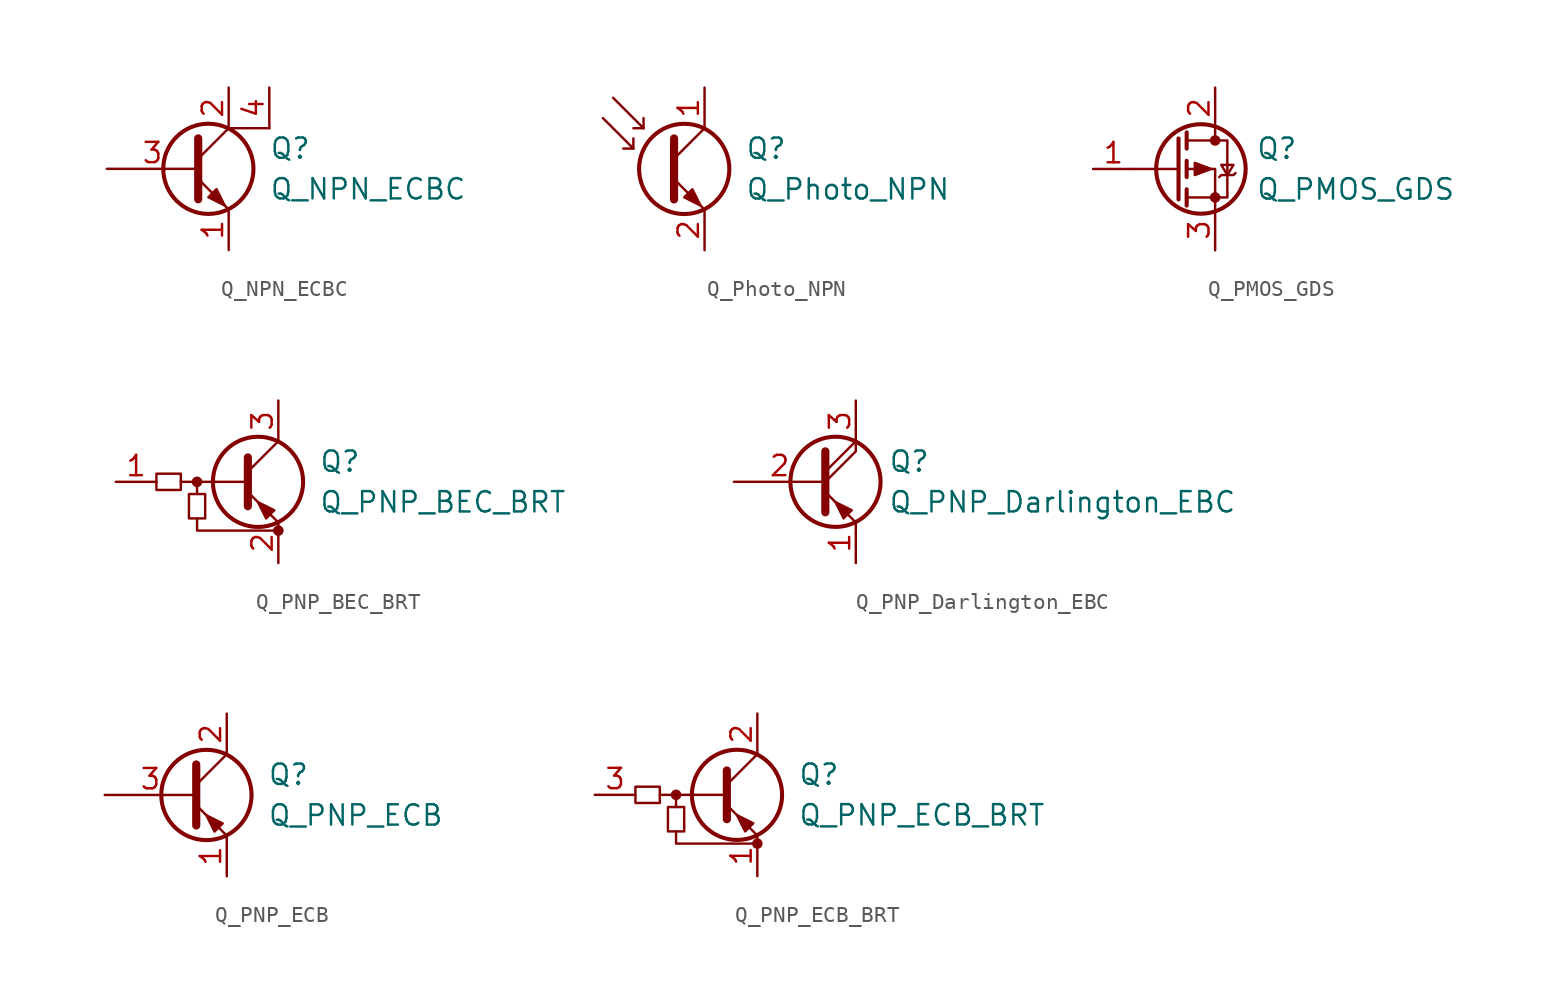
<source format=kicad_sym>
(kicad_symbol_lib
  (version 20211014)
  (generator kicad_symbol_editor)
  (symbol "Q_NPN_ECBC"
    (pin_names
      (offset 0) hide)
    (property "Reference" "Q"
      (at 5.08 1.27 0)
      (effects (font (size 1.27 1.27)) (justify left)))
    (property "Value" "Q_NPN_ECBC"
      (at 5.08 -1.27 0)
      (effects (font (size 1.27 1.27)) (justify left)))
    (symbol "Q_NPN_ECBC_0_1"
      (polyline (pts (xy 0.635 0.635) (xy 2.54 2.54)) (stroke (width 0) (type default) (color 0 0 0 0)) (fill (type none)))
      (polyline (pts (xy 2.54 2.54) (xy 5.08 2.54)) (stroke (width 0) (type default) (color 0 0 0 0)) (fill (type none)))
      (polyline (pts (xy 0.635 -0.635) (xy 2.54 -2.54) (xy 2.54 -2.54)) (stroke (width 0) (type default) (color 0 0 0 0)) (fill (type none)))
      (polyline (pts (xy 0.635 1.905) (xy 0.635 -1.905) (xy 0.635 -1.905)) (stroke (width 0.508) (type default) (color 0 0 0 0)) (fill (type none)))
      (polyline (pts (xy 1.27 -1.778) (xy 1.778 -1.27) (xy 2.286 -2.286) (xy 1.27 -1.778) (xy 1.27 -1.778)) (stroke (width 0) (type default) (color 0 0 0 0)) (fill (type outline)))
      (circle (center 1.27 0) (radius 2.819) (stroke (width 0.254) (type default) (color 0 0 0 0)) (fill (type none))))
    (symbol "Q_NPN_ECBC_1_1"
      (pin passive line (at 2.54 -5.08 90) (length 2.54) (name "E" (effects (font (size 1.27 1.27)))) (number "1" (effects (font (size 1.27 1.27)))))
      (pin passive line (at 2.54 5.08 270) (length 2.54) (name "C" (effects (font (size 1.27 1.27)))) (number "2" (effects (font (size 1.27 1.27)))))
      (pin passive line (at -5.08 0 0) (length 5.715) (name "B" (effects (font (size 1.27 1.27)))) (number "3" (effects (font (size 1.27 1.27)))))
      (pin passive line (at 5.08 5.08 270) (length 2.54) (name "C" (effects (font (size 1.27 1.27)))) (number "4" (effects (font (size 1.27 1.27)))))))
  (symbol "Q_Photo_NPN"
    (pin_names
      (offset 0) hide)
    (property "Reference" "Q"
      (at 5.08 1.27 0)
      (effects (font (size 1.27 1.27)) (justify left)))
    (property "Value" "Q_Photo_NPN"
      (at 5.08 -1.27 0)
      (effects (font (size 1.27 1.27)) (justify left)))
    (symbol "Q_Photo_NPN_0_1"
      (polyline (pts (xy -1.905 1.27) (xy -2.54 1.27)) (stroke (width 0) (type default) (color 0 0 0 0)) (fill (type none)))
      (polyline (pts (xy -1.27 2.54) (xy -1.905 2.54)) (stroke (width 0) (type default) (color 0 0 0 0)) (fill (type none)))
      (polyline (pts (xy 0.635 0.635) (xy 2.54 2.54)) (stroke (width 0) (type default) (color 0 0 0 0)) (fill (type none)))
      (polyline (pts (xy -3.81 3.175) (xy -1.905 1.27) (xy -1.905 1.905)) (stroke (width 0) (type default) (color 0 0 0 0)) (fill (type none)))
      (polyline (pts (xy -3.175 4.445) (xy -1.27 2.54) (xy -1.27 3.175)) (stroke (width 0) (type default) (color 0 0 0 0)) (fill (type none)))
      (polyline (pts (xy 0.635 -0.635) (xy 2.54 -2.54) (xy 2.54 -2.54)) (stroke (width 0) (type default) (color 0 0 0 0)) (fill (type none)))
      (polyline (pts (xy 0.635 1.905) (xy 0.635 -1.905) (xy 0.635 -1.905)) (stroke (width 0.508) (type default) (color 0 0 0 0)) (fill (type none)))
      (polyline (pts (xy 1.27 -1.778) (xy 1.778 -1.27) (xy 2.286 -2.286) (xy 1.27 -1.778) (xy 1.27 -1.778)) (stroke (width 0) (type default) (color 0 0 0 0)) (fill (type outline)))
      (circle (center 1.27 0) (radius 2.819) (stroke (width 0.254) (type default) (color 0 0 0 0)) (fill (type none))))
    (symbol "Q_Photo_NPN_1_1"
      (pin passive line (at 2.54 5.08 270) (length 2.54) (name "C" (effects (font (size 1.27 1.27)))) (number "1" (effects (font (size 1.27 1.27)))))
      (pin passive line (at 2.54 -5.08 90) (length 2.54) (name "E" (effects (font (size 1.27 1.27)))) (number "2" (effects (font (size 1.27 1.27)))))))
  (symbol "Q_PMOS_GDS"
    (pin_names
      (offset 0) hide)
    (property "Reference" "Q"
      (at 5.08 1.27 0)
      (effects (font (size 1.27 1.27)) (justify left)))
    (property "Value" "Q_PMOS_GDS"
      (at 5.08 -1.27 0)
      (effects (font (size 1.27 1.27)) (justify left)))
    (symbol "Q_PMOS_GDS_0_1"
      (polyline (pts (xy 0.254 0) (xy -2.54 0)) (stroke (width 0) (type default) (color 0 0 0 0)) (fill (type none)))
      (polyline (pts (xy 0.254 1.905) (xy 0.254 -1.905)) (stroke (width 0.254) (type default) (color 0 0 0 0)) (fill (type none)))
      (polyline (pts (xy 0.762 -1.27) (xy 0.762 -2.286)) (stroke (width 0.254) (type default) (color 0 0 0 0)) (fill (type none)))
      (polyline (pts (xy 0.762 0.508) (xy 0.762 -0.508)) (stroke (width 0.254) (type default) (color 0 0 0 0)) (fill (type none)))
      (polyline (pts (xy 0.762 2.286) (xy 0.762 1.27)) (stroke (width 0.254) (type default) (color 0 0 0 0)) (fill (type none)))
      (polyline (pts (xy 2.54 2.54) (xy 2.54 1.778)) (stroke (width 0) (type default) (color 0 0 0 0)) (fill (type none)))
      (polyline (pts (xy 2.54 -2.54) (xy 2.54 0) (xy 0.762 0)) (stroke (width 0) (type default) (color 0 0 0 0)) (fill (type none)))
      (polyline (pts (xy 0.762 1.778) (xy 3.302 1.778) (xy 3.302 -1.778) (xy 0.762 -1.778)) (stroke (width 0) (type default) (color 0 0 0 0)) (fill (type none)))
      (polyline (pts (xy 2.286 0) (xy 1.27 0.381) (xy 1.27 -0.381) (xy 2.286 0)) (stroke (width 0) (type default) (color 0 0 0 0)) (fill (type outline)))
      (polyline (pts (xy 2.794 -0.508) (xy 2.921 -0.381) (xy 3.683 -0.381) (xy 3.81 -0.254)) (stroke (width 0) (type default) (color 0 0 0 0)) (fill (type none)))
      (polyline (pts (xy 3.302 -0.381) (xy 2.921 0.254) (xy 3.683 0.254) (xy 3.302 -0.381)) (stroke (width 0) (type default) (color 0 0 0 0)) (fill (type none)))
      (circle (center 1.651 0) (radius 2.794) (stroke (width 0.254) (type default) (color 0 0 0 0)) (fill (type none)))
      (circle (center 2.54 -1.778) (radius 0.254) (stroke (width 0) (type default) (color 0 0 0 0)) (fill (type outline)))
      (circle (center 2.54 1.778) (radius 0.254) (stroke (width 0) (type default) (color 0 0 0 0)) (fill (type outline))))
    (symbol "Q_PMOS_GDS_1_1"
      (pin input line (at -5.08 0 0) (length 2.54) (name "G" (effects (font (size 1.27 1.27)))) (number "1" (effects (font (size 1.27 1.27)))))
      (pin passive line (at 2.54 5.08 270) (length 2.54) (name "D" (effects (font (size 1.27 1.27)))) (number "2" (effects (font (size 1.27 1.27)))))
      (pin passive line (at 2.54 -5.08 90) (length 2.54) (name "S" (effects (font (size 1.27 1.27)))) (number "3" (effects (font (size 1.27 1.27)))))))
  (symbol "Q_PNP_BEC_BRT"
    (pin_names hide)
    (property "Reference" "Q"
      (at 3.81 1.27 0)
      (effects (font (size 1.27 1.27)) (justify left)))
    (property "Value" "Q_PNP_BEC_BRT"
      (at 3.81 -1.27 0)
      (effects (font (size 1.27 1.27)) (justify left)))
    (symbol "Q_PNP_BEC_BRT_0_1"
      (rectangle (start -6.35 0.508) (end -4.826 -0.508) (stroke (width 0) (type default) (color 0 0 0 0)) (fill (type none)))
      (rectangle (start -4.318 -2.286) (end -3.302 -0.762) (stroke (width 0) (type default) (color 0 0 0 0)) (fill (type none)))
      (circle (center -3.81 0) (radius 0.254) (stroke (width 0) (type default) (color 0 0 0 0)) (fill (type outline)))
      (polyline (pts (xy -3.81 -0.762) (xy -3.81 0)) (stroke (width 0) (type default) (color 0 0 0 0)) (fill (type none)))
      (polyline (pts (xy -0.762 0) (xy -4.826 0)) (stroke (width 0) (type default) (color 0 0 0 0)) (fill (type none)))
      (polyline (pts (xy -0.635 1.524) (xy -0.635 -1.524)) (stroke (width 0.508) (type default) (color 0 0 0 0)) (fill (type none)))
      (polyline (pts (xy -3.81 -2.286) (xy -3.81 -3.048) (xy 1.27 -3.048)) (stroke (width 0) (type default) (color 0 0 0 0)) (fill (type none)))
      (polyline (pts (xy 1.016 -1.778) (xy 0.508 -2.286) (xy 0 -1.27) (xy 1.016 -1.778) (xy 1.016 -1.778)) (stroke (width 0) (type default) (color 0 0 0 0)) (fill (type outline)))
      (circle (center 1.27 -3.048) (radius 0.254) (stroke (width 0) (type default) (color 0 0 0 0)) (fill (type outline))))
    (symbol "Q_PNP_BEC_BRT_1_1"
      (polyline (pts (xy -0.635 0.635) (xy 1.27 2.54)) (stroke (width 0) (type default) (color 0 0 0 0)) (fill (type none)))
      (polyline (pts (xy -0.635 -0.635) (xy 1.27 -2.54) (xy 1.27 -2.54)) (stroke (width 0) (type default) (color 0 0 0 0)) (fill (type none)))
      (circle (center 0 0) (radius 2.819) (stroke (width 0.254) (type default) (color 0 0 0 0)) (fill (type none)))
      (pin input line (at -8.89 0 0) (length 2.54) (name "B" (effects (font (size 1.27 1.27)))) (number "1" (effects (font (size 1.27 1.27)))))
      (pin passive line (at 1.27 -5.08 90) (length 2.54) (name "E" (effects (font (size 1.27 1.27)))) (number "2" (effects (font (size 1.27 1.27)))))
      (pin passive line (at 1.27 5.08 270) (length 2.54) (name "C" (effects (font (size 1.27 1.27)))) (number "3" (effects (font (size 1.27 1.27)))))))
  (symbol "Q_PNP_Darlington_EBC"
    (pin_names
      (offset 0) hide)
    (property "Reference" "Q"
      (at 4.572 1.27 0)
      (effects (font (size 1.27 1.27)) (justify left)))
    (property "Value" "Q_PNP_Darlington_EBC"
      (at 4.572 -1.27 0)
      (effects (font (size 1.27 1.27)) (justify left)))
    (symbol "Q_PNP_Darlington_EBC_0_1"
      (polyline (pts (xy 0.635 0.635) (xy 2.54 2.54)) (stroke (width 0) (type default) (color 0 0 0 0)) (fill (type none)))
      (polyline (pts (xy 0.635 -0.635) (xy 2.54 -2.54) (xy 2.54 -2.54)) (stroke (width 0) (type default) (color 0 0 0 0)) (fill (type none)))
      (polyline (pts (xy 0.635 0) (xy 2.54 1.905) (xy 2.54 2.54)) (stroke (width 0) (type default) (color 0 0 0 0)) (fill (type none)))
      (polyline (pts (xy 0.635 1.905) (xy 0.635 -1.905) (xy 0.635 -1.905)) (stroke (width 0.508) (type default) (color 0 0 0 0)) (fill (type none)))
      (polyline (pts (xy 2.286 -1.778) (xy 1.778 -2.286) (xy 1.27 -1.27) (xy 2.286 -1.778) (xy 2.286 -1.778)) (stroke (width 0) (type default) (color 0 0 0 0)) (fill (type outline)))
      (circle (center 1.27 0) (radius 2.819) (stroke (width 0.254) (type default) (color 0 0 0 0)) (fill (type none))))
    (symbol "Q_PNP_Darlington_EBC_1_1"
      (pin passive line (at 2.54 -5.08 90) (length 2.54) (name "E" (effects (font (size 1.27 1.27)))) (number "1" (effects (font (size 1.27 1.27)))))
      (pin input line (at -5.08 0 0) (length 5.715) (name "B" (effects (font (size 1.27 1.27)))) (number "2" (effects (font (size 1.27 1.27)))))
      (pin passive line (at 2.54 5.08 270) (length 2.54) (name "C" (effects (font (size 1.27 1.27)))) (number "3" (effects (font (size 1.27 1.27)))))))
  (symbol "Q_PNP_ECB"
    (pin_names
      (offset 0) hide)
    (property "Reference" "Q"
      (at 5.08 1.27 0)
      (effects (font (size 1.27 1.27)) (justify left)))
    (property "Value" "Q_PNP_ECB"
      (at 5.08 -1.27 0)
      (effects (font (size 1.27 1.27)) (justify left)))
    (symbol "Q_PNP_ECB_0_1"
      (polyline (pts (xy 0.635 0.635) (xy 2.54 2.54)) (stroke (width 0) (type default) (color 0 0 0 0)) (fill (type none)))
      (polyline (pts (xy 0.635 -0.635) (xy 2.54 -2.54) (xy 2.54 -2.54)) (stroke (width 0) (type default) (color 0 0 0 0)) (fill (type none)))
      (polyline (pts (xy 0.635 1.905) (xy 0.635 -1.905) (xy 0.635 -1.905)) (stroke (width 0.508) (type default) (color 0 0 0 0)) (fill (type none)))
      (polyline (pts (xy 2.286 -1.778) (xy 1.778 -2.286) (xy 1.27 -1.27) (xy 2.286 -1.778) (xy 2.286 -1.778)) (stroke (width 0) (type default) (color 0 0 0 0)) (fill (type outline)))
      (circle (center 1.27 0) (radius 2.819) (stroke (width 0.254) (type default) (color 0 0 0 0)) (fill (type none))))
    (symbol "Q_PNP_ECB_1_1"
      (pin passive line (at 2.54 -5.08 90) (length 2.54) (name "E" (effects (font (size 1.27 1.27)))) (number "1" (effects (font (size 1.27 1.27)))))
      (pin passive line (at 2.54 5.08 270) (length 2.54) (name "C" (effects (font (size 1.27 1.27)))) (number "2" (effects (font (size 1.27 1.27)))))
      (pin input line (at -5.08 0 0) (length 5.715) (name "B" (effects (font (size 1.27 1.27)))) (number "3" (effects (font (size 1.27 1.27)))))))
  (symbol "Q_PNP_ECB_BRT"
    (pin_names hide)
    (property "Reference" "Q"
      (at 3.81 1.27 0)
      (effects (font (size 1.27 1.27)) (justify left)))
    (property "Value" "Q_PNP_ECB_BRT"
      (at 3.81 -1.27 0)
      (effects (font (size 1.27 1.27)) (justify left)))
    (symbol "Q_PNP_ECB_BRT_0_1"
      (rectangle (start -6.35 0.508) (end -4.826 -0.508) (stroke (width 0) (type default) (color 0 0 0 0)) (fill (type none)))
      (rectangle (start -4.318 -2.286) (end -3.302 -0.762) (stroke (width 0) (type default) (color 0 0 0 0)) (fill (type none)))
      (circle (center -3.81 0) (radius 0.254) (stroke (width 0) (type default) (color 0 0 0 0)) (fill (type outline)))
      (polyline (pts (xy -3.81 -0.762) (xy -3.81 0)) (stroke (width 0) (type default) (color 0 0 0 0)) (fill (type none)))
      (polyline (pts (xy -0.762 0) (xy -4.826 0)) (stroke (width 0) (type default) (color 0 0 0 0)) (fill (type none)))
      (polyline (pts (xy -0.635 1.524) (xy -0.635 -1.524)) (stroke (width 0.508) (type default) (color 0 0 0 0)) (fill (type none)))
      (polyline (pts (xy -3.81 -2.286) (xy -3.81 -3.048) (xy 1.27 -3.048)) (stroke (width 0) (type default) (color 0 0 0 0)) (fill (type none)))
      (polyline (pts (xy 1.016 -1.778) (xy 0.508 -2.286) (xy 0 -1.27) (xy 1.016 -1.778) (xy 1.016 -1.778)) (stroke (width 0) (type default) (color 0 0 0 0)) (fill (type outline)))
      (circle (center 1.27 -3.048) (radius 0.254) (stroke (width 0) (type default) (color 0 0 0 0)) (fill (type outline))))
    (symbol "Q_PNP_ECB_BRT_1_1"
      (polyline (pts (xy -0.635 0.635) (xy 1.27 2.54)) (stroke (width 0) (type default) (color 0 0 0 0)) (fill (type none)))
      (polyline (pts (xy -0.635 -0.635) (xy 1.27 -2.54) (xy 1.27 -2.54)) (stroke (width 0) (type default) (color 0 0 0 0)) (fill (type none)))
      (circle (center 0 0) (radius 2.819) (stroke (width 0.254) (type default) (color 0 0 0 0)) (fill (type none)))
      (pin passive line (at 1.27 -5.08 90) (length 2.54) (name "E" (effects (font (size 1.27 1.27)))) (number "1" (effects (font (size 1.27 1.27)))))
      (pin passive line (at 1.27 5.08 270) (length 2.54) (name "C" (effects (font (size 1.27 1.27)))) (number "2" (effects (font (size 1.27 1.27)))))
      (pin input line (at -8.89 0 0) (length 2.54) (name "B" (effects (font (size 1.27 1.27)))) (number "3" (effects (font (size 1.27 1.27))))))))
</source>
